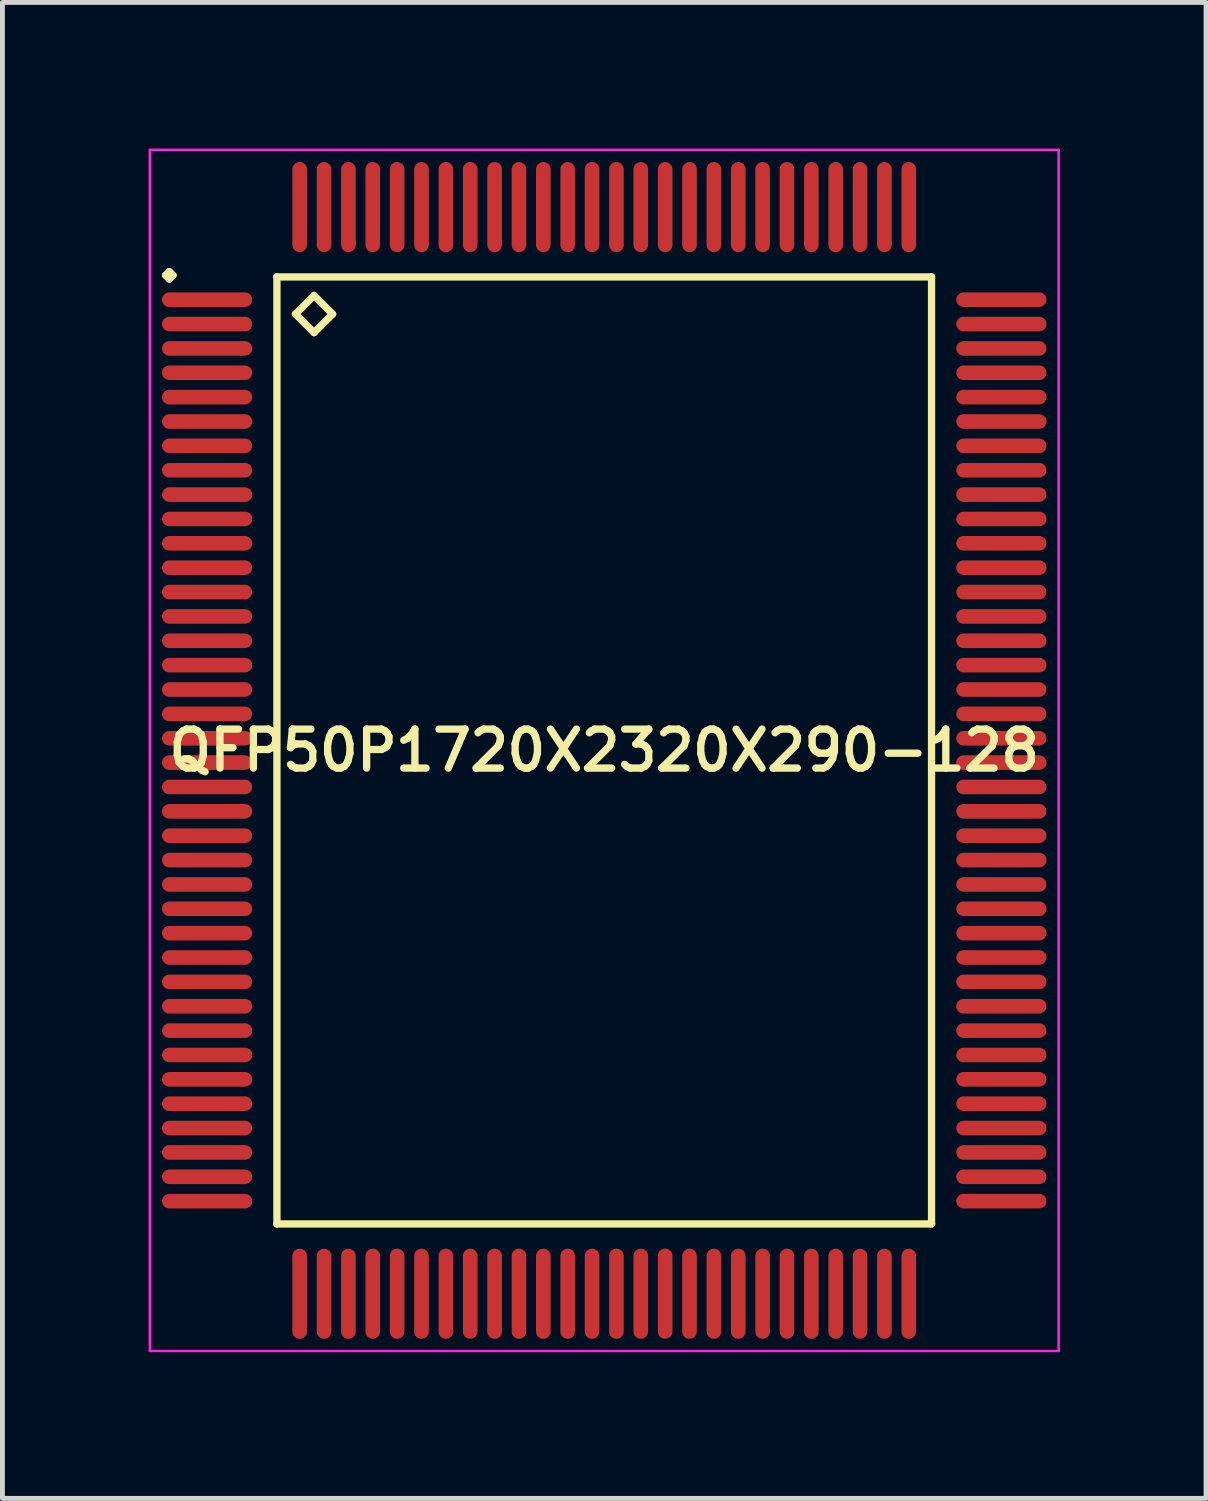
<source format=kicad_pcb>
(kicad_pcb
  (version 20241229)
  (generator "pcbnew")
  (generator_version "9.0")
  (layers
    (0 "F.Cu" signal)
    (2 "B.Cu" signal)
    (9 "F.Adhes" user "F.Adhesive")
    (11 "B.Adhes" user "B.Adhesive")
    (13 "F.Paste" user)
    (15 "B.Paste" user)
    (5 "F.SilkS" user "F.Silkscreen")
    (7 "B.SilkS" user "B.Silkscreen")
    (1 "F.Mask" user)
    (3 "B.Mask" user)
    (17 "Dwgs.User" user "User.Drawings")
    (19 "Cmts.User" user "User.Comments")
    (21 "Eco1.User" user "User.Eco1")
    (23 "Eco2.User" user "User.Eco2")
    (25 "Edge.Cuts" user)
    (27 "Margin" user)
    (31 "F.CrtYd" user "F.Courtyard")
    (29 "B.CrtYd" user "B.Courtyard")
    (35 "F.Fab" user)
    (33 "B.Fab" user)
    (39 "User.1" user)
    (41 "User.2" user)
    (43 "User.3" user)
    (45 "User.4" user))
  (footprint "QFP50P1720X2320X290-128"
    (layer "F.Cu")
    (at 9.35 12.35)
    (property "Reference" "QFP50P1720X2320X290-128" (at 0 0 0) (layer "F.SilkS") (effects (font (size 0.8 0.8) (thickness 0.15))))
    (attr smd)
    (fp_line (start -9 -9.75) (end -8.925 -9.825) (stroke (width 0.15) (type solid)) (layer "F.SilkS"))
    (fp_line (start -8.925 -9.825) (end -8.85 -9.75) (stroke (width 0.15) (type solid)) (layer "F.SilkS"))
    (fp_line (start -8.925 -9.675) (end -9 -9.75) (stroke (width 0.15) (type solid)) (layer "F.SilkS"))
    (fp_line (start -8.85 -9.75) (end -8.925 -9.675) (stroke (width 0.15) (type solid)) (layer "F.SilkS"))
    (fp_line (start -6.717 -9.717) (end -6.717 9.717) (stroke (width 0.15) (type solid)) (layer "F.SilkS"))
    (fp_line (start -6.717 9.717) (end 6.717 9.717) (stroke (width 0.15) (type solid)) (layer "F.SilkS"))
    (fp_line (start -6.336 -8.955) (end -5.955 -9.336) (stroke (width 0.15) (type solid)) (layer "F.SilkS"))
    (fp_line (start -5.955 -9.336) (end -5.574 -8.955) (stroke (width 0.15) (type solid)) (layer "F.SilkS"))
    (fp_line (start -5.955 -8.574) (end -6.336 -8.955) (stroke (width 0.15) (type solid)) (layer "F.SilkS"))
    (fp_line (start -5.574 -8.955) (end -5.955 -8.574) (stroke (width 0.15) (type solid)) (layer "F.SilkS"))
    (fp_line (start 6.717 -9.717) (end -6.717 -9.717) (stroke (width 0.15) (type solid)) (layer "F.SilkS"))
    (fp_line (start 6.717 9.717) (end 6.717 -9.717) (stroke (width 0.15) (type solid)) (layer "F.SilkS"))
    (fp_line (start -9.325 -12.325) (end 9.325 -12.325) (stroke (width 0.05) (type solid)) (layer "F.CrtYd"))
    (fp_line (start -9.325 12.325) (end -9.325 -12.325) (stroke (width 0.05) (type solid)) (layer "F.CrtYd"))
    (fp_line (start 9.325 -12.325) (end 9.325 12.325) (stroke (width 0.05) (type solid)) (layer "F.CrtYd"))
    (fp_line (start 9.325 12.325) (end -9.325 12.325) (stroke (width 0.05) (type solid)) (layer "F.CrtYd"))
    (pad "1" smd oval (at -8.15 -9.25) (size 1.85 0.3) (layers "F.Cu" "F.Mask" "F.Paste"))
    (pad "2" smd oval (at -8.15 -8.75) (size 1.85 0.3) (layers "F.Cu" "F.Mask" "F.Paste"))
    (pad "3" smd oval (at -8.15 -8.25) (size 1.85 0.3) (layers "F.Cu" "F.Mask" "F.Paste"))
    (pad "4" smd oval (at -8.15 -7.75) (size 1.85 0.3) (layers "F.Cu" "F.Mask" "F.Paste"))
    (pad "5" smd oval (at -8.15 -7.25) (size 1.85 0.3) (layers "F.Cu" "F.Mask" "F.Paste"))
    (pad "6" smd oval (at -8.15 -6.75) (size 1.85 0.3) (layers "F.Cu" "F.Mask" "F.Paste"))
    (pad "7" smd oval (at -8.15 -6.25) (size 1.85 0.3) (layers "F.Cu" "F.Mask" "F.Paste"))
    (pad "8" smd oval (at -8.15 -5.75) (size 1.85 0.3) (layers "F.Cu" "F.Mask" "F.Paste"))
    (pad "9" smd oval (at -8.15 -5.25) (size 1.85 0.3) (layers "F.Cu" "F.Mask" "F.Paste"))
    (pad "10" smd oval (at -8.15 -4.75) (size 1.85 0.3) (layers "F.Cu" "F.Mask" "F.Paste"))
    (pad "11" smd oval (at -8.15 -4.25) (size 1.85 0.3) (layers "F.Cu" "F.Mask" "F.Paste"))
    (pad "12" smd oval (at -8.15 -3.75) (size 1.85 0.3) (layers "F.Cu" "F.Mask" "F.Paste"))
    (pad "13" smd oval (at -8.15 -3.25) (size 1.85 0.3) (layers "F.Cu" "F.Mask" "F.Paste"))
    (pad "14" smd oval (at -8.15 -2.75) (size 1.85 0.3) (layers "F.Cu" "F.Mask" "F.Paste"))
    (pad "15" smd oval (at -8.15 -2.25) (size 1.85 0.3) (layers "F.Cu" "F.Mask" "F.Paste"))
    (pad "16" smd oval (at -8.15 -1.75) (size 1.85 0.3) (layers "F.Cu" "F.Mask" "F.Paste"))
    (pad "17" smd oval (at -8.15 -1.25) (size 1.85 0.3) (layers "F.Cu" "F.Mask" "F.Paste"))
    (pad "18" smd oval (at -8.15 -0.75) (size 1.85 0.3) (layers "F.Cu" "F.Mask" "F.Paste"))
    (pad "19" smd oval (at -8.15 -0.25) (size 1.85 0.3) (layers "F.Cu" "F.Mask" "F.Paste"))
    (pad "20" smd oval (at -8.15 0.25) (size 1.85 0.3) (layers "F.Cu" "F.Mask" "F.Paste"))
    (pad "21" smd oval (at -8.15 0.75) (size 1.85 0.3) (layers "F.Cu" "F.Mask" "F.Paste"))
    (pad "22" smd oval (at -8.15 1.25) (size 1.85 0.3) (layers "F.Cu" "F.Mask" "F.Paste"))
    (pad "23" smd oval (at -8.15 1.75) (size 1.85 0.3) (layers "F.Cu" "F.Mask" "F.Paste"))
    (pad "24" smd oval (at -8.15 2.25) (size 1.85 0.3) (layers "F.Cu" "F.Mask" "F.Paste"))
    (pad "25" smd oval (at -8.15 2.75) (size 1.85 0.3) (layers "F.Cu" "F.Mask" "F.Paste"))
    (pad "26" smd oval (at -8.15 3.25) (size 1.85 0.3) (layers "F.Cu" "F.Mask" "F.Paste"))
    (pad "27" smd oval (at -8.15 3.75) (size 1.85 0.3) (layers "F.Cu" "F.Mask" "F.Paste"))
    (pad "28" smd oval (at -8.15 4.25) (size 1.85 0.3) (layers "F.Cu" "F.Mask" "F.Paste"))
    (pad "29" smd oval (at -8.15 4.75) (size 1.85 0.3) (layers "F.Cu" "F.Mask" "F.Paste"))
    (pad "30" smd oval (at -8.15 5.25) (size 1.85 0.3) (layers "F.Cu" "F.Mask" "F.Paste"))
    (pad "31" smd oval (at -8.15 5.75) (size 1.85 0.3) (layers "F.Cu" "F.Mask" "F.Paste"))
    (pad "32" smd oval (at -8.15 6.25) (size 1.85 0.3) (layers "F.Cu" "F.Mask" "F.Paste"))
    (pad "33" smd oval (at -8.15 6.75) (size 1.85 0.3) (layers "F.Cu" "F.Mask" "F.Paste"))
    (pad "34" smd oval (at -8.15 7.25) (size 1.85 0.3) (layers "F.Cu" "F.Mask" "F.Paste"))
    (pad "35" smd oval (at -8.15 7.75) (size 1.85 0.3) (layers "F.Cu" "F.Mask" "F.Paste"))
    (pad "36" smd oval (at -8.15 8.25) (size 1.85 0.3) (layers "F.Cu" "F.Mask" "F.Paste"))
    (pad "37" smd oval (at -8.15 8.75) (size 1.85 0.3) (layers "F.Cu" "F.Mask" "F.Paste"))
    (pad "38" smd oval (at -8.15 9.25) (size 1.85 0.3) (layers "F.Cu" "F.Mask" "F.Paste"))
    (pad "39" smd oval (at -6.25 11.15) (size 0.3 1.85) (layers "F.Cu" "F.Mask" "F.Paste"))
    (pad "40" smd oval (at -5.75 11.15) (size 0.3 1.85) (layers "F.Cu" "F.Mask" "F.Paste"))
    (pad "41" smd oval (at -5.25 11.15) (size 0.3 1.85) (layers "F.Cu" "F.Mask" "F.Paste"))
    (pad "42" smd oval (at -4.75 11.15) (size 0.3 1.85) (layers "F.Cu" "F.Mask" "F.Paste"))
    (pad "43" smd oval (at -4.25 11.15) (size 0.3 1.85) (layers "F.Cu" "F.Mask" "F.Paste"))
    (pad "44" smd oval (at -3.75 11.15) (size 0.3 1.85) (layers "F.Cu" "F.Mask" "F.Paste"))
    (pad "45" smd oval (at -3.25 11.15) (size 0.3 1.85) (layers "F.Cu" "F.Mask" "F.Paste"))
    (pad "46" smd oval (at -2.75 11.15) (size 0.3 1.85) (layers "F.Cu" "F.Mask" "F.Paste"))
    (pad "47" smd oval (at -2.25 11.15) (size 0.3 1.85) (layers "F.Cu" "F.Mask" "F.Paste"))
    (pad "48" smd oval (at -1.75 11.15) (size 0.3 1.85) (layers "F.Cu" "F.Mask" "F.Paste"))
    (pad "49" smd oval (at -1.25 11.15) (size 0.3 1.85) (layers "F.Cu" "F.Mask" "F.Paste"))
    (pad "50" smd oval (at -0.75 11.15) (size 0.3 1.85) (layers "F.Cu" "F.Mask" "F.Paste"))
    (pad "51" smd oval (at -0.25 11.15) (size 0.3 1.85) (layers "F.Cu" "F.Mask" "F.Paste"))
    (pad "52" smd oval (at 0.25 11.15) (size 0.3 1.85) (layers "F.Cu" "F.Mask" "F.Paste"))
    (pad "53" smd oval (at 0.75 11.15) (size 0.3 1.85) (layers "F.Cu" "F.Mask" "F.Paste"))
    (pad "54" smd oval (at 1.25 11.15) (size 0.3 1.85) (layers "F.Cu" "F.Mask" "F.Paste"))
    (pad "55" smd oval (at 1.75 11.15) (size 0.3 1.85) (layers "F.Cu" "F.Mask" "F.Paste"))
    (pad "56" smd oval (at 2.25 11.15) (size 0.3 1.85) (layers "F.Cu" "F.Mask" "F.Paste"))
    (pad "57" smd oval (at 2.75 11.15) (size 0.3 1.85) (layers "F.Cu" "F.Mask" "F.Paste"))
    (pad "58" smd oval (at 3.25 11.15) (size 0.3 1.85) (layers "F.Cu" "F.Mask" "F.Paste"))
    (pad "59" smd oval (at 3.75 11.15) (size 0.3 1.85) (layers "F.Cu" "F.Mask" "F.Paste"))
    (pad "60" smd oval (at 4.25 11.15) (size 0.3 1.85) (layers "F.Cu" "F.Mask" "F.Paste"))
    (pad "61" smd oval (at 4.75 11.15) (size 0.3 1.85) (layers "F.Cu" "F.Mask" "F.Paste"))
    (pad "62" smd oval (at 5.25 11.15) (size 0.3 1.85) (layers "F.Cu" "F.Mask" "F.Paste"))
    (pad "63" smd oval (at 5.75 11.15) (size 0.3 1.85) (layers "F.Cu" "F.Mask" "F.Paste"))
    (pad "64" smd oval (at 6.25 11.15) (size 0.3 1.85) (layers "F.Cu" "F.Mask" "F.Paste"))
    (pad "65" smd oval (at 8.15 9.25) (size 1.85 0.3) (layers "F.Cu" "F.Mask" "F.Paste"))
    (pad "66" smd oval (at 8.15 8.75) (size 1.85 0.3) (layers "F.Cu" "F.Mask" "F.Paste"))
    (pad "67" smd oval (at 8.15 8.25) (size 1.85 0.3) (layers "F.Cu" "F.Mask" "F.Paste"))
    (pad "68" smd oval (at 8.15 7.75) (size 1.85 0.3) (layers "F.Cu" "F.Mask" "F.Paste"))
    (pad "69" smd oval (at 8.15 7.25) (size 1.85 0.3) (layers "F.Cu" "F.Mask" "F.Paste"))
    (pad "70" smd oval (at 8.15 6.75) (size 1.85 0.3) (layers "F.Cu" "F.Mask" "F.Paste"))
    (pad "71" smd oval (at 8.15 6.25) (size 1.85 0.3) (layers "F.Cu" "F.Mask" "F.Paste"))
    (pad "72" smd oval (at 8.15 5.75) (size 1.85 0.3) (layers "F.Cu" "F.Mask" "F.Paste"))
    (pad "73" smd oval (at 8.15 5.25) (size 1.85 0.3) (layers "F.Cu" "F.Mask" "F.Paste"))
    (pad "74" smd oval (at 8.15 4.75) (size 1.85 0.3) (layers "F.Cu" "F.Mask" "F.Paste"))
    (pad "75" smd oval (at 8.15 4.25) (size 1.85 0.3) (layers "F.Cu" "F.Mask" "F.Paste"))
    (pad "76" smd oval (at 8.15 3.75) (size 1.85 0.3) (layers "F.Cu" "F.Mask" "F.Paste"))
    (pad "77" smd oval (at 8.15 3.25) (size 1.85 0.3) (layers "F.Cu" "F.Mask" "F.Paste"))
    (pad "78" smd oval (at 8.15 2.75) (size 1.85 0.3) (layers "F.Cu" "F.Mask" "F.Paste"))
    (pad "79" smd oval (at 8.15 2.25) (size 1.85 0.3) (layers "F.Cu" "F.Mask" "F.Paste"))
    (pad "80" smd oval (at 8.15 1.75) (size 1.85 0.3) (layers "F.Cu" "F.Mask" "F.Paste"))
    (pad "81" smd oval (at 8.15 1.25) (size 1.85 0.3) (layers "F.Cu" "F.Mask" "F.Paste"))
    (pad "82" smd oval (at 8.15 0.75) (size 1.85 0.3) (layers "F.Cu" "F.Mask" "F.Paste"))
    (pad "83" smd oval (at 8.15 0.25) (size 1.85 0.3) (layers "F.Cu" "F.Mask" "F.Paste"))
    (pad "84" smd oval (at 8.15 -0.25) (size 1.85 0.3) (layers "F.Cu" "F.Mask" "F.Paste"))
    (pad "85" smd oval (at 8.15 -0.75) (size 1.85 0.3) (layers "F.Cu" "F.Mask" "F.Paste"))
    (pad "86" smd oval (at 8.15 -1.25) (size 1.85 0.3) (layers "F.Cu" "F.Mask" "F.Paste"))
    (pad "87" smd oval (at 8.15 -1.75) (size 1.85 0.3) (layers "F.Cu" "F.Mask" "F.Paste"))
    (pad "88" smd oval (at 8.15 -2.25) (size 1.85 0.3) (layers "F.Cu" "F.Mask" "F.Paste"))
    (pad "89" smd oval (at 8.15 -2.75) (size 1.85 0.3) (layers "F.Cu" "F.Mask" "F.Paste"))
    (pad "90" smd oval (at 8.15 -3.25) (size 1.85 0.3) (layers "F.Cu" "F.Mask" "F.Paste"))
    (pad "91" smd oval (at 8.15 -3.75) (size 1.85 0.3) (layers "F.Cu" "F.Mask" "F.Paste"))
    (pad "92" smd oval (at 8.15 -4.25) (size 1.85 0.3) (layers "F.Cu" "F.Mask" "F.Paste"))
    (pad "93" smd oval (at 8.15 -4.75) (size 1.85 0.3) (layers "F.Cu" "F.Mask" "F.Paste"))
    (pad "94" smd oval (at 8.15 -5.25) (size 1.85 0.3) (layers "F.Cu" "F.Mask" "F.Paste"))
    (pad "95" smd oval (at 8.15 -5.75) (size 1.85 0.3) (layers "F.Cu" "F.Mask" "F.Paste"))
    (pad "96" smd oval (at 8.15 -6.25) (size 1.85 0.3) (layers "F.Cu" "F.Mask" "F.Paste"))
    (pad "97" smd oval (at 8.15 -6.75) (size 1.85 0.3) (layers "F.Cu" "F.Mask" "F.Paste"))
    (pad "98" smd oval (at 8.15 -7.25) (size 1.85 0.3) (layers "F.Cu" "F.Mask" "F.Paste"))
    (pad "99" smd oval (at 8.15 -7.75) (size 1.85 0.3) (layers "F.Cu" "F.Mask" "F.Paste"))
    (pad "100" smd oval (at 8.15 -8.25) (size 1.85 0.3) (layers "F.Cu" "F.Mask" "F.Paste"))
    (pad "101" smd oval (at 8.15 -8.75) (size 1.85 0.3) (layers "F.Cu" "F.Mask" "F.Paste"))
    (pad "102" smd oval (at 8.15 -9.25) (size 1.85 0.3) (layers "F.Cu" "F.Mask" "F.Paste"))
    (pad "103" smd oval (at 6.25 -11.15) (size 0.3 1.85) (layers "F.Cu" "F.Mask" "F.Paste"))
    (pad "104" smd oval (at 5.75 -11.15) (size 0.3 1.85) (layers "F.Cu" "F.Mask" "F.Paste"))
    (pad "105" smd oval (at 5.25 -11.15) (size 0.3 1.85) (layers "F.Cu" "F.Mask" "F.Paste"))
    (pad "106" smd oval (at 4.75 -11.15) (size 0.3 1.85) (layers "F.Cu" "F.Mask" "F.Paste"))
    (pad "107" smd oval (at 4.25 -11.15) (size 0.3 1.85) (layers "F.Cu" "F.Mask" "F.Paste"))
    (pad "108" smd oval (at 3.75 -11.15) (size 0.3 1.85) (layers "F.Cu" "F.Mask" "F.Paste"))
    (pad "109" smd oval (at 3.25 -11.15) (size 0.3 1.85) (layers "F.Cu" "F.Mask" "F.Paste"))
    (pad "110" smd oval (at 2.75 -11.15) (size 0.3 1.85) (layers "F.Cu" "F.Mask" "F.Paste"))
    (pad "111" smd oval (at 2.25 -11.15) (size 0.3 1.85) (layers "F.Cu" "F.Mask" "F.Paste"))
    (pad "112" smd oval (at 1.75 -11.15) (size 0.3 1.85) (layers "F.Cu" "F.Mask" "F.Paste"))
    (pad "113" smd oval (at 1.25 -11.15) (size 0.3 1.85) (layers "F.Cu" "F.Mask" "F.Paste"))
    (pad "114" smd oval (at 0.75 -11.15) (size 0.3 1.85) (layers "F.Cu" "F.Mask" "F.Paste"))
    (pad "115" smd oval (at 0.25 -11.15) (size 0.3 1.85) (layers "F.Cu" "F.Mask" "F.Paste"))
    (pad "116" smd oval (at -0.25 -11.15) (size 0.3 1.85) (layers "F.Cu" "F.Mask" "F.Paste"))
    (pad "117" smd oval (at -0.75 -11.15) (size 0.3 1.85) (layers "F.Cu" "F.Mask" "F.Paste"))
    (pad "118" smd oval (at -1.25 -11.15) (size 0.3 1.85) (layers "F.Cu" "F.Mask" "F.Paste"))
    (pad "119" smd oval (at -1.75 -11.15) (size 0.3 1.85) (layers "F.Cu" "F.Mask" "F.Paste"))
    (pad "120" smd oval (at -2.25 -11.15) (size 0.3 1.85) (layers "F.Cu" "F.Mask" "F.Paste"))
    (pad "121" smd oval (at -2.75 -11.15) (size 0.3 1.85) (layers "F.Cu" "F.Mask" "F.Paste"))
    (pad "122" smd oval (at -3.25 -11.15) (size 0.3 1.85) (layers "F.Cu" "F.Mask" "F.Paste"))
    (pad "123" smd oval (at -3.75 -11.15) (size 0.3 1.85) (layers "F.Cu" "F.Mask" "F.Paste"))
    (pad "124" smd oval (at -4.25 -11.15) (size 0.3 1.85) (layers "F.Cu" "F.Mask" "F.Paste"))
    (pad "125" smd oval (at -4.75 -11.15) (size 0.3 1.85) (layers "F.Cu" "F.Mask" "F.Paste"))
    (pad "126" smd oval (at -5.25 -11.15) (size 0.3 1.85) (layers "F.Cu" "F.Mask" "F.Paste"))
    (pad "127" smd oval (at -5.75 -11.15) (size 0.3 1.85) (layers "F.Cu" "F.Mask" "F.Paste"))
    (pad "128" smd oval (at -6.25 -11.15) (size 0.3 1.85) (layers "F.Cu" "F.Mask" "F.Paste")))
  (gr_rect
    (start -3 -3)
    (end 21.7 27.7)
    (stroke (width 0.1) (type default))
    (fill no)
    (layer "Edge.Cuts")))
</source>
